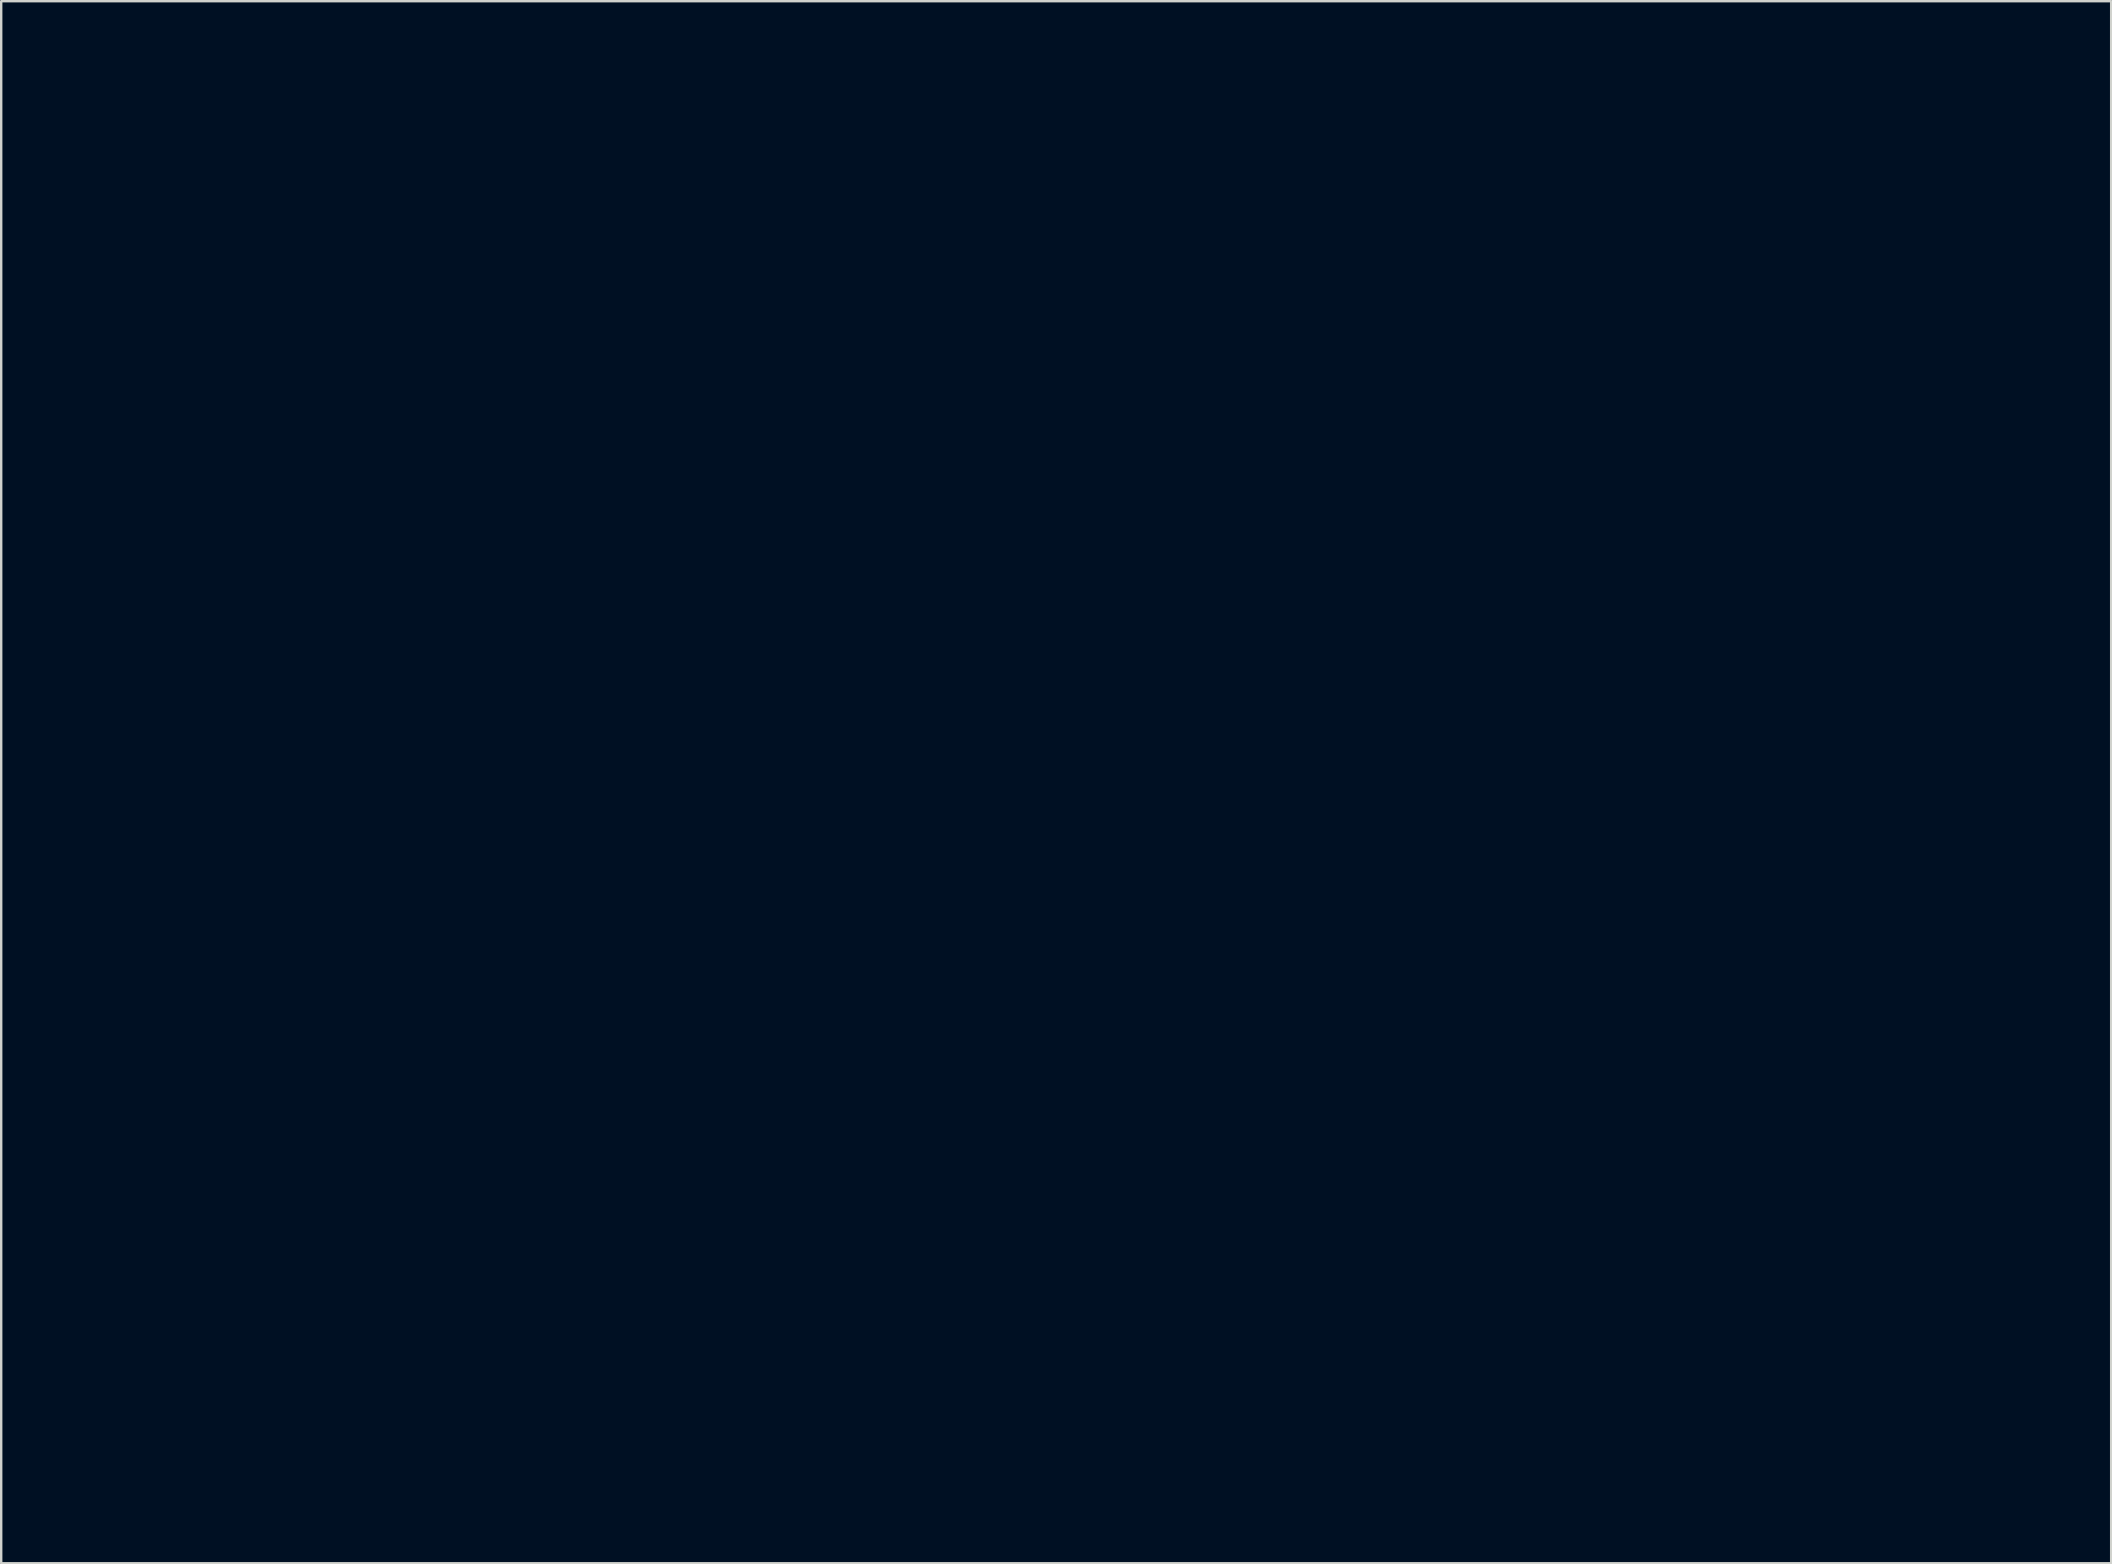
<source format=kicad_pcb>
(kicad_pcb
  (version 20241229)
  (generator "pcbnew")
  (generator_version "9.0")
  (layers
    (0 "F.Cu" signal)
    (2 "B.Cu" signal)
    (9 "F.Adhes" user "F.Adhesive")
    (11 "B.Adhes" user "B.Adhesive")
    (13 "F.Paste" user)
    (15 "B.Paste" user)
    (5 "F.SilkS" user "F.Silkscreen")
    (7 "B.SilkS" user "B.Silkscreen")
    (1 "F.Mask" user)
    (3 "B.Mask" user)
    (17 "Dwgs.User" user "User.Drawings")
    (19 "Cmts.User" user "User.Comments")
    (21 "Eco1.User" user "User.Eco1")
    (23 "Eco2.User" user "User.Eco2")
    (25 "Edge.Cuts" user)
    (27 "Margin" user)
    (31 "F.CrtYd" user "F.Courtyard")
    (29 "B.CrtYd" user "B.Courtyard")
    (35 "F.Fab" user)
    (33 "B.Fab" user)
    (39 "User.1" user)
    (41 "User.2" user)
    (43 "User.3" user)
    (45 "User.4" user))
  (footprint "triangle fmask"
    (layer "F.Cu")
    (at 40.924 29.489)
    (property "Reference" "triangle fmask" (at 0 0 0) (layer "F.Mask") (effects (font (size 1.524 1.524) (thickness 0.3))))
    (attr through_hole)
    (fp_poly (pts (xy -27.842 10.306) (xy -27.583 10.566) (xy -27.23 10.955) (xy -26.815 11.439) (xy -26.37 11.98) (xy -26.058 12.373) (xy -25.74 12.768) (xy -25.449 13.11) (xy -25.255 13.316) (xy -25.114 13.495) (xy -25.077 13.705) (xy -25.157 13.987) (xy -25.368 14.383) (xy -25.721 14.935) (xy -25.761 14.995) (xy -26.285 15.745) (xy -26.706 16.275) (xy -27.037 16.596) (xy -27.285 16.719) (xy -27.314 16.721) (xy -27.524 16.647) (xy -27.862 16.455) (xy -28.259 16.183) (xy -28.29 16.16) (xy -28.783 15.776) (xy -29.303 15.35) (xy -29.657 15.044) (xy -30.276 14.487) (xy -29.357 12.782) (xy -29.019 12.148) (xy -28.711 11.559) (xy -28.461 11.068) (xy -28.295 10.727) (xy -28.258 10.644) (xy -28.115 10.361) (xy -27.993 10.216) (xy -27.975 10.211) (xy -27.842 10.306)) (stroke (width 0.01) (type solid)) (fill yes) (layer "F.Mask"))
    (fp_poly (pts (xy -32.194 16.913) (xy -31.859 17.092) (xy -31.401 17.359) (xy -30.863 17.688) (xy -30.727 17.774) (xy -30.167 18.127) (xy -29.668 18.441) (xy -29.278 18.684) (xy -29.046 18.827) (xy -29.023 18.842) (xy -28.886 18.94) (xy -28.854 19.062) (xy -28.931 19.282) (xy -29.056 19.544) (xy -29.31 19.981) (xy -29.642 20.45) (xy -29.8 20.645) (xy -30.248 21.044) (xy -30.7 21.194) (xy -31.185 21.103) (xy -31.399 20.998) (xy -31.659 20.874) (xy -32.086 20.694) (xy -32.605 20.489) (xy -32.85 20.396) (xy -33.347 20.199) (xy -33.746 20.018) (xy -33.99 19.88) (xy -34.038 19.832) (xy -34.021 19.652) (xy -33.926 19.305) (xy -33.771 18.859) (xy -33.736 18.766) (xy -33.482 18.206) (xy -33.182 17.684) (xy -32.87 17.251) (xy -32.583 16.956) (xy -32.359 16.848) (xy -32.194 16.913)) (stroke (width 0.01) (type solid)) (fill yes) (layer "F.Mask"))
    (fp_poly (pts (xy 26.706 9.081) (xy 26.918 9.351) (xy 27.23 9.777) (xy 27.601 10.302) (xy 27.993 10.869) (xy 28.023 10.913) (xy 28.395 11.461) (xy 28.732 11.954) (xy 28.998 12.342) (xy 29.16 12.574) (xy 29.173 12.592) (xy 29.255 12.727) (xy 29.259 12.853) (xy 29.156 13.012) (xy 28.918 13.243) (xy 28.516 13.589) (xy 28.439 13.655) (xy 27.773 14.194) (xy 27.115 14.687) (xy 26.501 15.11) (xy 25.969 15.435) (xy 25.559 15.64) (xy 25.332 15.699) (xy 25.012 15.58) (xy 24.721 15.285) (xy 24.539 15.017) (xy 24.288 14.616) (xy 23.997 14.132) (xy 23.696 13.617) (xy 23.413 13.121) (xy 23.18 12.696) (xy 23.024 12.392) (xy 22.975 12.265) (xy 23.059 12.147) (xy 23.294 11.876) (xy 23.651 11.482) (xy 24.105 10.995) (xy 24.626 10.445) (xy 24.658 10.411) (xy 26.342 8.652) (xy 26.706 9.081)) (stroke (width 0.01) (type solid)) (fill yes) (layer "F.Mask"))
    (fp_poly (pts (xy 31.604 15.386) (xy 31.815 15.605) (xy 32.103 15.995) (xy 32.484 16.574) (xy 32.914 17.265) (xy 33.254 17.886) (xy 33.415 18.361) (xy 33.401 18.727) (xy 33.215 19.018) (xy 33.069 19.138) (xy 32.802 19.302) (xy 32.379 19.533) (xy 31.847 19.808) (xy 31.255 20.103) (xy 30.651 20.394) (xy 30.085 20.659) (xy 29.605 20.874) (xy 29.258 21.015) (xy 29.102 21.059) (xy 28.885 20.983) (xy 28.583 20.797) (xy 28.495 20.73) (xy 28.282 20.494) (xy 28.017 20.105) (xy 27.737 19.632) (xy 27.48 19.146) (xy 27.285 18.714) (xy 27.191 18.406) (xy 27.187 18.36) (xy 27.287 18.24) (xy 27.548 18.033) (xy 27.911 17.786) (xy 28.303 17.522) (xy 28.827 17.152) (xy 29.411 16.726) (xy 29.955 16.32) (xy 30.464 15.943) (xy 30.912 15.631) (xy 31.254 15.413) (xy 31.446 15.318) (xy 31.458 15.317) (xy 31.604 15.386)) (stroke (width 0.01) (type solid)) (fill yes) (layer "F.Mask"))
    (fp_poly (pts (xy 37.106 23.457) (xy 37.288 23.695) (xy 37.573 24.088) (xy 37.938 24.602) (xy 38.358 25.203) (xy 38.812 25.857) (xy 39.276 26.531) (xy 39.726 27.191) (xy 40.14 27.802) (xy 40.495 28.332) (xy 40.766 28.746) (xy 40.931 29.011) (xy 40.972 29.091) (xy 40.87 29.226) (xy 40.77 29.279) (xy 40.589 29.299) (xy 40.179 29.315) (xy 39.569 29.326) (xy 38.785 29.332) (xy 37.855 29.334) (xy 36.806 29.333) (xy 35.664 29.327) (xy 34.457 29.317) (xy 33.213 29.304) (xy 31.958 29.287) (xy 30.72 29.266) (xy 29.526 29.243) (xy 28.655 29.222) (xy 27.803 29.204) (xy 26.74 29.186) (xy 25.51 29.169) (xy 24.159 29.154) (xy 22.73 29.141) (xy 21.267 29.13) (xy 19.816 29.122) (xy 18.737 29.118) (xy 12.265 29.102) (xy 12.19 28.623) (xy 12.119 28.239) (xy 12.011 27.731) (xy 11.914 27.315) (xy 11.765 26.686) (xy 11.675 26.261) (xy 11.644 25.996) (xy 11.667 25.845) (xy 11.741 25.767) (xy 11.808 25.736) (xy 11.971 25.719) (xy 12.367 25.7) (xy 12.973 25.678) (xy 13.765 25.654) (xy 14.722 25.629) (xy 15.82 25.603) (xy 17.037 25.578) (xy 18.35 25.553) (xy 19.736 25.53) (xy 19.765 25.529) (xy 21.179 25.506) (xy 22.542 25.481) (xy 23.827 25.456) (xy 25.009 25.431) (xy 26.063 25.407) (xy 26.962 25.384) (xy 27.681 25.363) (xy 28.194 25.344) (xy 28.463 25.33) (xy 29.734 25.348) (xy 30.397 25.446) (xy 31.032 25.554) (xy 31.475 25.573) (xy 31.777 25.488) (xy 31.99 25.286) (xy 32.166 24.95) (xy 32.169 24.942) (xy 32.346 24.593) (xy 32.539 24.413) (xy 32.838 24.328) (xy 32.891 24.319) (xy 33.191 24.252) (xy 33.671 24.12) (xy 34.272 23.94) (xy 34.933 23.731) (xy 35.098 23.677) (xy 36.819 23.109) (xy 37.106 23.457)) (stroke (width 0.01) (type solid)) (fill yes) (layer "F.Mask"))
    (fp_poly (pts (xy -36.477 23.2) (xy -36.048 23.281) (xy -35.931 23.306) (xy -35.376 23.415) (xy -34.693 23.536) (xy -34.008 23.649) (xy -33.838 23.675) (xy -33.304 23.766) (xy -32.862 23.861) (xy -32.577 23.946) (xy -32.51 23.982) (xy -32.517 24.153) (xy -32.727 24.475) (xy -32.976 24.768) (xy -33.339 25.199) (xy -33.522 25.497) (xy -33.536 25.697) (xy -33.393 25.833) (xy -33.345 25.857) (xy -33.181 25.876) (xy -32.784 25.897) (xy -32.177 25.919) (xy -31.382 25.941) (xy -30.422 25.964) (xy -29.319 25.986) (xy -28.095 26.008) (xy -26.774 26.027) (xy -25.378 26.045) (xy -25.197 26.047) (xy -23.777 26.064) (xy -22.418 26.084) (xy -21.143 26.104) (xy -19.977 26.125) (xy -18.944 26.147) (xy -18.068 26.168) (xy -17.372 26.189) (xy -16.883 26.208) (xy -16.622 26.226) (xy -16.613 26.227) (xy -16.199 26.307) (xy -15.996 26.415) (xy -15.955 26.529) (xy -15.992 26.79) (xy -16.089 27.204) (xy -16.229 27.712) (xy -16.393 28.25) (xy -16.56 28.759) (xy -16.713 29.178) (xy -16.832 29.444) (xy -16.878 29.505) (xy -17.025 29.519) (xy -17.405 29.532) (xy -17.997 29.543) (xy -18.779 29.553) (xy -19.728 29.561) (xy -20.823 29.568) (xy -22.042 29.573) (xy -23.363 29.577) (xy -24.764 29.579) (xy -26.223 29.58) (xy -27.718 29.579) (xy -29.228 29.577) (xy -30.731 29.573) (xy -32.203 29.568) (xy -33.625 29.561) (xy -34.973 29.553) (xy -36.227 29.543) (xy -37.363 29.531) (xy -38.36 29.518) (xy -38.456 29.516) (xy -39.343 29.498) (xy -40.003 29.474) (xy -40.463 29.442) (xy -40.75 29.398) (xy -40.894 29.342) (xy -40.919 29.31) (xy -40.866 29.171) (xy -40.691 28.856) (xy -40.415 28.396) (xy -40.062 27.827) (xy -39.653 27.181) (xy -39.209 26.493) (xy -38.753 25.795) (xy -38.306 25.122) (xy -37.89 24.508) (xy -37.528 23.985) (xy -37.241 23.588) (xy -37.051 23.35) (xy -37.035 23.333) (xy -36.903 23.224) (xy -36.74 23.18) (xy -36.477 23.2)) (stroke (width 0.01) (type solid)) (fill yes) (layer "F.Mask"))
    (fp_poly (pts (xy -0.785 -29.382) (xy -0.574 -29.124) (xy -0.483 -28.98) (xy -0.246 -28.642) (xy 0.001 -28.399) (xy 0.077 -28.353) (xy 0.325 -28.157) (xy 0.693 -27.741) (xy 1.18 -27.109) (xy 1.784 -26.263) (xy 2.501 -25.208) (xy 3.329 -23.947) (xy 3.377 -23.873) (xy 3.928 -23.041) (xy 4.586 -22.08) (xy 5.3 -21.063) (xy 6.019 -20.061) (xy 6.692 -19.148) (xy 6.834 -18.959) (xy 8.421 -16.85) (xy 9.869 -14.903) (xy 11.201 -13.087) (xy 12.442 -11.368) (xy 13.615 -9.713) (xy 14.745 -8.089) (xy 15.124 -7.536) (xy 16.42 -5.649) (xy 17.579 -3.974) (xy 18.603 -2.507) (xy 19.495 -1.244) (xy 20.257 -0.185) (xy 20.891 0.676) (xy 21.399 1.34) (xy 21.462 1.42) (xy 21.872 1.958) (xy 22.299 2.552) (xy 22.716 3.159) (xy 23.096 3.739) (xy 23.41 4.249) (xy 23.633 4.648) (xy 23.737 4.893) (xy 23.741 4.924) (xy 23.833 5.111) (xy 24.055 5.334) (xy 24.06 5.338) (xy 24.282 5.537) (xy 24.379 5.672) (xy 24.379 5.675) (xy 24.302 5.867) (xy 24.093 6.207) (xy 23.781 6.657) (xy 23.398 7.176) (xy 22.975 7.727) (xy 22.542 8.269) (xy 22.13 8.764) (xy 21.77 9.172) (xy 21.493 9.455) (xy 21.329 9.572) (xy 21.319 9.573) (xy 21.18 9.489) (xy 20.963 9.286) (xy 20.955 9.277) (xy 20.726 8.95) (xy 20.725 8.667) (xy 20.962 8.391) (xy 21.182 8.236) (xy 21.669 7.875) (xy 21.908 7.546) (xy 21.899 7.227) (xy 21.642 6.893) (xy 21.22 6.573) (xy 20.625 6.161) (xy 19.889 5.619) (xy 19.057 4.984) (xy 18.175 4.292) (xy 17.289 3.581) (xy 16.445 2.887) (xy 15.689 2.246) (xy 15.067 1.695) (xy 14.776 1.423) (xy 13.534 0.221) (xy 14.425 -0.484) (xy 14.824 -0.818) (xy 15.13 -1.111) (xy 15.298 -1.316) (xy 15.317 -1.367) (xy 15.211 -1.743) (xy 14.912 -2.205) (xy 14.45 -2.71) (xy 14.372 -2.783) (xy 13.915 -3.143) (xy 13.544 -3.307) (xy 13.283 -3.27) (xy 13.211 -3.191) (xy 13.027 -3.049) (xy 12.772 -3.118) (xy 12.436 -3.405) (xy 12.01 -3.918) (xy 11.902 -4.062) (xy 11.483 -4.633) (xy 11.026 -5.254) (xy 10.616 -5.813) (xy 10.53 -5.93) (xy 10.181 -6.425) (xy 9.847 -6.929) (xy 9.594 -7.344) (xy 9.569 -7.388) (xy 9.435 -7.607) (xy 9.174 -8.014) (xy 8.801 -8.583) (xy 8.333 -9.292) (xy 7.785 -10.115) (xy 7.175 -11.031) (xy 6.517 -12.013) (xy 5.828 -13.039) (xy 5.125 -14.084) (xy 4.423 -15.125) (xy 3.738 -16.137) (xy 3.087 -17.097) (xy 2.485 -17.981) (xy 1.95 -18.765) (xy 1.496 -19.424) (xy 1.14 -19.936) (xy 0.898 -20.275) (xy 0.836 -20.358) (xy 0.488 -20.847) (xy 0.134 -21.393) (xy -0.034 -21.675) (xy -0.38 -22.207) (xy -0.732 -22.545) (xy -1.151 -22.745) (xy -1.3 -22.787) (xy -1.453 -22.811) (xy -1.58 -22.774) (xy -1.711 -22.64) (xy -1.875 -22.371) (xy -2.102 -21.932) (xy -2.29 -21.551) (xy -2.633 -20.895) (xy -3.098 -20.071) (xy -3.66 -19.119) (xy -4.293 -18.08) (xy -4.973 -16.994) (xy -5.674 -15.901) (xy -6.37 -14.842) (xy -7.036 -13.856) (xy -7.647 -12.984) (xy -7.807 -12.764) (xy -9.202 -10.796) (xy -10.437 -8.942) (xy -11.495 -7.222) (xy -11.833 -6.637) (xy -12.5 -5.456) (xy -13.054 -4.48) (xy -13.504 -3.688) (xy -13.862 -3.064) (xy -14.139 -2.588) (xy -14.346 -2.243) (xy -14.492 -2.008) (xy -14.59 -1.867) (xy -14.65 -1.8) (xy -14.676 -1.787) (xy -14.788 -1.892) (xy -14.924 -2.148) (xy -14.934 -2.17) (xy -15.102 -2.447) (xy -15.367 -2.767) (xy -15.665 -3.062) (xy -15.93 -3.266) (xy -16.066 -3.319) (xy -16.217 -3.248) (xy -16.498 -3.065) (xy -16.732 -2.896) (xy -17.164 -2.573) (xy -17.606 -2.246) (xy -17.774 -2.123) (xy -18.125 -1.775) (xy -18.265 -1.422) (xy -18.186 -1.107) (xy -17.948 -0.902) (xy -17.7 -0.7) (xy -17.407 -0.367) (xy -17.113 0.035) (xy -16.861 0.441) (xy -16.693 0.789) (xy -16.654 1.013) (xy -16.655 1.016) (xy -16.783 1.179) (xy -17.091 1.469) (xy -17.548 1.863) (xy -18.127 2.34) (xy -18.8 2.877) (xy -19.537 3.453) (xy -20.31 4.044) (xy -21.09 4.63) (xy -21.85 5.188) (xy -22.56 5.696) (xy -23.191 6.132) (xy -23.708 6.469) (xy -24.387 6.954) (xy -24.818 7.411) (xy -25.007 7.845) (xy -25.017 7.971) (xy -25.067 8.153) (xy -25.206 8.11) (xy -25.422 7.853) (xy -25.584 7.596) (xy -25.919 7.024) (xy -24.926 5.479) (xy -24.585 4.954) (xy -24.134 4.262) (xy -23.601 3.451) (xy -23.018 2.567) (xy -22.415 1.655) (xy -21.839 0.786) (xy -21.265 -0.079) (xy -20.701 -0.937) (xy -20.172 -1.748) (xy -19.705 -2.47) (xy -19.326 -3.063) (xy -19.06 -3.488) (xy -19.047 -3.51) (xy -18.64 -4.148) (xy -18.161 -4.85) (xy -17.696 -5.493) (xy -17.553 -5.68) (xy -17.152 -6.21) (xy -16.758 -6.76) (xy -16.433 -7.24) (xy -16.331 -7.403) (xy -16.112 -7.742) (xy -15.775 -8.235) (xy -15.358 -8.831) (xy -14.894 -9.479) (xy -14.547 -9.956) (xy -14.022 -10.679) (xy -13.471 -11.453) (xy -12.945 -12.205) (xy -12.493 -12.862) (xy -12.303 -13.147) (xy -11.596 -14.207) (xy -10.875 -15.274) (xy -10.163 -16.314) (xy -9.481 -17.298) (xy -8.85 -18.193) (xy -8.294 -18.968) (xy -7.834 -19.591) (xy -7.497 -20.027) (xy -7.144 -20.472) (xy -6.841 -20.873) (xy -6.634 -21.168) (xy -6.582 -21.255) (xy -6.434 -21.51) (xy -6.198 -21.887) (xy -5.977 -22.225) (xy -5.64 -22.741) (xy -5.22 -23.405) (xy -4.753 -24.158) (xy -4.273 -24.943) (xy -3.814 -25.704) (xy -3.412 -26.383) (xy -3.102 -26.923) (xy -3.026 -27.059) (xy -2.75 -27.51) (xy -2.4 -28) (xy -2.016 -28.485) (xy -1.635 -28.919) (xy -1.298 -29.257) (xy -1.042 -29.453) (xy -0.95 -29.484) (xy -0.785 -29.382)) (stroke (width 0.01) (type solid)) (fill yes) (layer "F.Mask")))
  (gr_rect
    (start -3 -3)
    (end 84.901 62.075)
    (stroke (width 0.1) (type default))
    (fill no)
    (layer "Edge.Cuts")))
</source>
